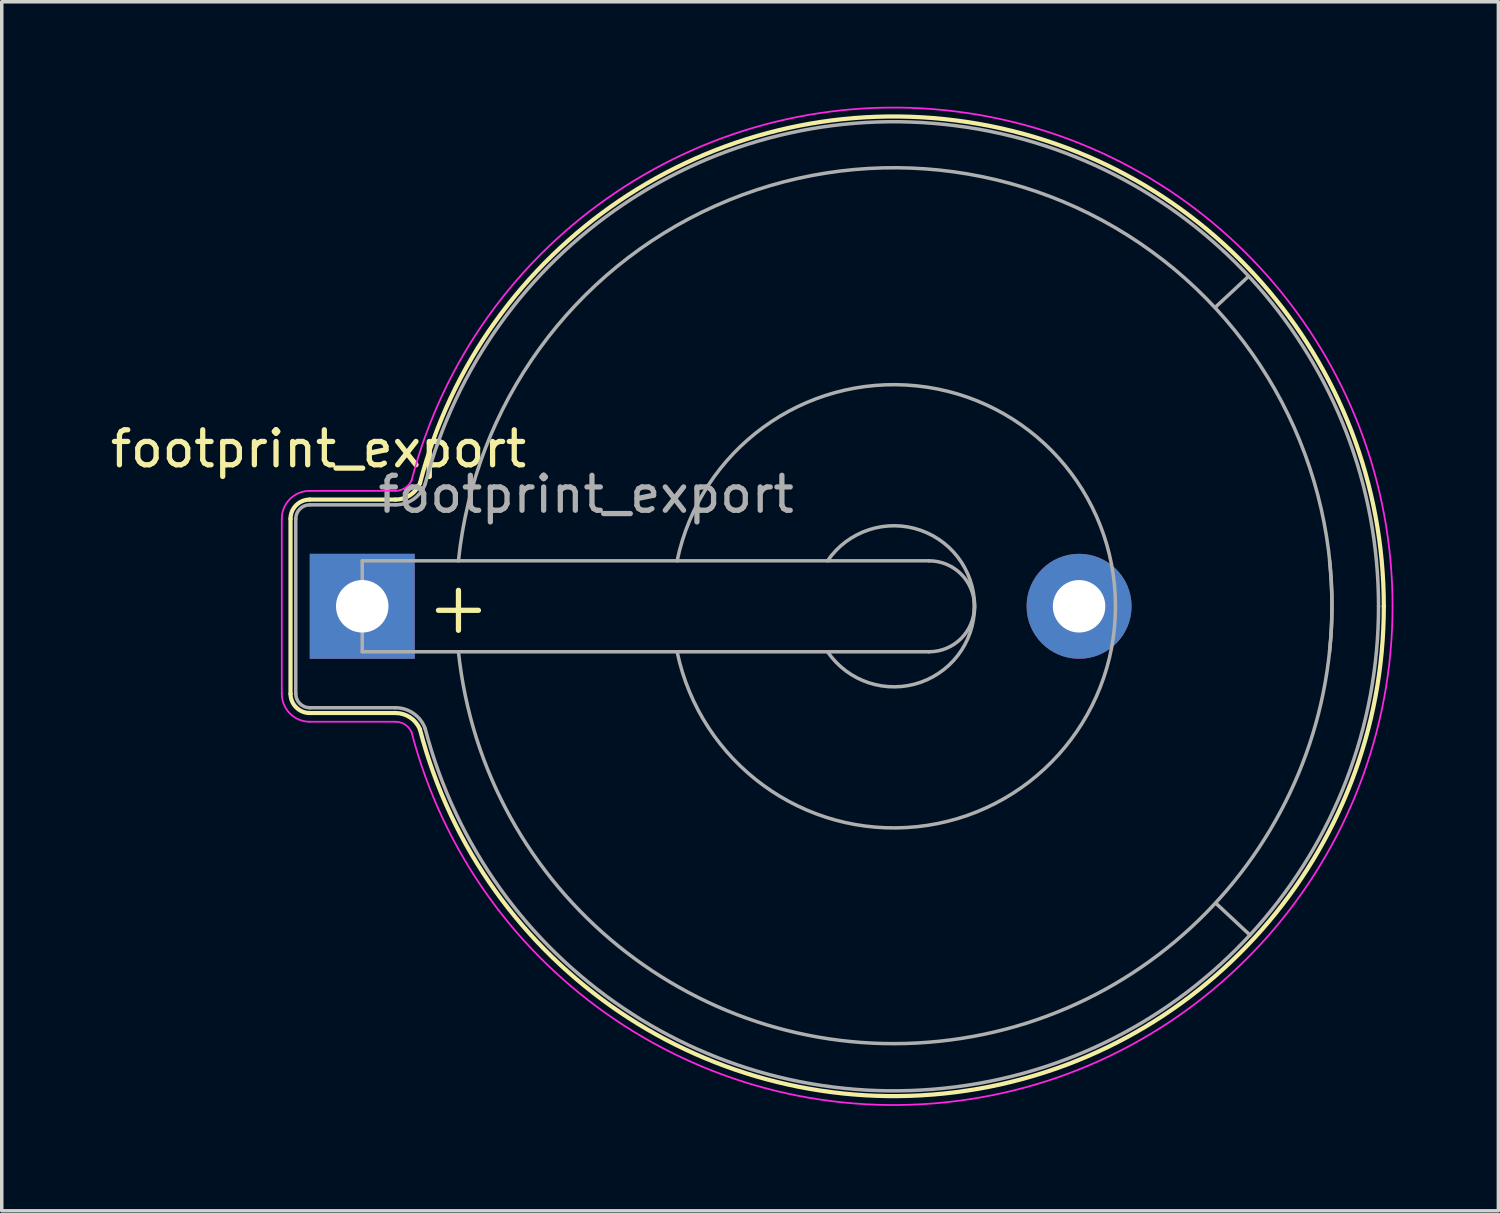
<source format=kicad_pcb>
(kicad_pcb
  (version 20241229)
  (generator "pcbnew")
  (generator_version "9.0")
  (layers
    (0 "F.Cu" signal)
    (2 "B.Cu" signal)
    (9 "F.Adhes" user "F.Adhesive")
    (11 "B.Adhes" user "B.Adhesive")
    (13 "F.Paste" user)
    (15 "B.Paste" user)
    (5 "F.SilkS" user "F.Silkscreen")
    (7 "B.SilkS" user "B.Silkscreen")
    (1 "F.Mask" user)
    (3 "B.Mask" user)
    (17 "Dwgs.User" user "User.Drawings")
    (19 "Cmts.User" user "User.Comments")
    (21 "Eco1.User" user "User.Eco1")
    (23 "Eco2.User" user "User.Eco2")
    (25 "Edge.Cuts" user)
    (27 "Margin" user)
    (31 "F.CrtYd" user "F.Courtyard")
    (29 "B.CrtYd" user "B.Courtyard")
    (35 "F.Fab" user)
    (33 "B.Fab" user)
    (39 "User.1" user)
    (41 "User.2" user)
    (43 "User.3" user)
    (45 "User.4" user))
  (footprint "footprint_export"
    (layer "F.Cu")
    (at 7.304 14.28)
    (property "Reference" "footprint_export" (at -1.25 -4.5 0) (layer "F.SilkS") (effects (font (size 1 1) (thickness 0.15))))
    (attr through_hole)
    (fp_line (start -2.05 -2.5) (end -2.05 2.5) (stroke (width 0.12) (type solid)) (layer "F.SilkS"))
    (fp_line (start -1.5 3.05) (end 0.95 3.05) (stroke (width 0.12) (type solid)) (layer "F.SilkS"))
    (fp_line (start 0.95 -3.05) (end -1.5 -3.05) (stroke (width 0.12) (type solid)) (layer "F.SilkS"))
    (fp_arc (start -2.05 -2.5) (mid -1.888909 -2.888909) (end -1.5 -3.05) (stroke (width 0.12) (type solid)) (layer "F.SilkS"))
    (fp_arc (start -1.5 3.05) (mid -1.888909 2.888909) (end -2.05 2.5) (stroke (width 0.12) (type solid)) (layer "F.SilkS"))
    (fp_arc (start 0.95 3.05) (mid 1.371574 3.1784) (end 1.65 3.52) (stroke (width 0.12) (type solid)) (layer "F.SilkS"))
    (fp_arc (start 1.65 -3.52) (mid 1.371575 -3.1784) (end 0.95 -3.05) (stroke (width 0.12) (type solid)) (layer "F.SilkS"))
    (fp_arc (start 1.65 -3.52) (mid 16.974433 -13.886953) (end 29.2 0) (stroke (width 0.12) (type solid)) (layer "F.SilkS"))
    (fp_arc (start 29.2 0) (mid 16.974433 13.886952) (end 1.65 3.52) (stroke (width 0.12) (type solid)) (layer "F.SilkS"))
    (fp_line (start -2.3 -2.5) (end -2.3 2.5) (stroke (width 0.05) (type solid)) (layer "F.CrtYd"))
    (fp_line (start -1.5 3.3) (end 0.95 3.3) (stroke (width 0.05) (type solid)) (layer "F.CrtYd"))
    (fp_line (start 0.95 -3.3) (end -1.5 -3.3) (stroke (width 0.05) (type solid)) (layer "F.CrtYd"))
    (fp_arc (start -2.3 -2.5) (mid -2.065685 -3.065685) (end -1.5 -3.3) (stroke (width 0.05) (type solid)) (layer "F.CrtYd"))
    (fp_arc (start -1.5 3.3) (mid -2.065685 3.065685) (end -2.3 2.5) (stroke (width 0.05) (type solid)) (layer "F.CrtYd"))
    (fp_arc (start 0.95 3.3) (mid 1.22459 3.381628) (end 1.41 3.6) (stroke (width 0.05) (type solid)) (layer "F.CrtYd"))
    (fp_arc (start 1.41 -3.6) (mid 1.224591 -3.381627) (end 0.95 -3.3) (stroke (width 0.05) (type solid)) (layer "F.CrtYd"))
    (fp_arc (start 1.41 -3.6) (mid 17.014123 -14.138563) (end 29.45 0) (stroke (width 0.05) (type solid)) (layer "F.CrtYd"))
    (fp_arc (start 29.45 0) (mid 17.014124 14.138563) (end 1.41 3.6) (stroke (width 0.05) (type solid)) (layer "F.CrtYd"))
    (fp_line (start -1.9 -2.5) (end -1.9 2.5) (stroke (width 0.1) (type solid)) (layer "F.Fab"))
    (fp_line (start -1.5 2.9) (end 0.95 2.9) (stroke (width 0.1) (type solid)) (layer "F.Fab"))
    (fp_line (start 0 -1.3) (end 0 1.3) (stroke (width 0.1) (type solid)) (layer "F.Fab"))
    (fp_line (start 0 1.3) (end 16.2 1.3) (stroke (width 0.1) (type solid)) (layer "F.Fab"))
    (fp_line (start 0.95 -2.9) (end -1.5 -2.9) (stroke (width 0.1) (type solid)) (layer "F.Fab"))
    (fp_line (start 16.2 -1.3) (end 0 -1.3) (stroke (width 0.1) (type solid)) (layer "F.Fab"))
    (fp_line (start 24.384 -8.547) (end 25.299 -9.399) (stroke (width 0.1) (type solid)) (layer "F.Fab"))
    (fp_line (start 24.409 8.496) (end 25.375 9.398) (stroke (width 0.1) (type solid)) (layer "F.Fab"))
    (fp_arc (start -1.9 -2.5) (mid -1.782843 -2.782843) (end -1.5 -2.9) (stroke (width 0.1) (type solid)) (layer "F.Fab"))
    (fp_arc (start -1.5 2.9) (mid -1.782843 2.782843) (end -1.9 2.5) (stroke (width 0.1) (type solid)) (layer "F.Fab"))
    (fp_arc (start 0.95 2.9) (mid 1.470216 3.06511) (end 1.8 3.5) (stroke (width 0.1) (type solid)) (layer "F.Fab"))
    (fp_arc (start 1.8 -3.5) (mid 1.470217 -3.06511) (end 0.95 -2.9) (stroke (width 0.1) (type solid)) (layer "F.Fab"))
    (fp_arc (start 1.8 -3.5) (mid 16.964356 -13.736686) (end 29.049508 0) (stroke (width 0.1) (type solid)) (layer "F.Fab"))
    (fp_arc (start 2.75 -1.3) (mid 16.5 -12.45) (end 27.65 1.3) (stroke (width 0.1) (type solid)) (layer "F.Fab"))
    (fp_arc (start 9 -1.3) (mid 15.851289 -6.300938) (end 21.53 0) (stroke (width 0.1) (type solid)) (layer "F.Fab"))
    (fp_arc (start 13.3 -1.3) (mid 15.963947 -2.171724) (end 17.495448 0.175833) (stroke (width 0.1) (type solid)) (layer "F.Fab"))
    (fp_arc (start 16.2 -1.3) (mid 17.5 0) (end 16.2 1.3) (stroke (width 0.1) (type solid)) (layer "F.Fab"))
    (fp_arc (start 17.495448 -0.175833) (mid 15.963947 2.171724) (end 13.3 1.3) (stroke (width 0.1) (type solid)) (layer "F.Fab"))
    (fp_arc (start 21.53 0) (mid 15.851292 6.300937) (end 9 1.3) (stroke (width 0.1) (type solid)) (layer "F.Fab"))
    (fp_arc (start 27.65 -1.3) (mid 16.5 12.45) (end 2.75 1.3) (stroke (width 0.1) (type solid)) (layer "F.Fab"))
    (fp_arc (start 29.049508 0) (mid 16.964356 13.736685) (end 1.8 3.5) (stroke (width 0.1) (type solid)) (layer "F.Fab"))
    (fp_text user "+" (at 2.75 0 0) (layer "F.SilkS") (effects (font (size 1.5 1.5) (thickness 0.15))))
    (fp_text user "${REFERENCE}" (at 6.4 -3.2 0) (layer "F.Fab") (effects (font (size 1 1) (thickness 0.15))))
    (pad "1" thru_hole rect (at 0 0) (size 3 3) (drill 1.5) (layers "*.Cu" "*.Mask"))
    (pad "2" thru_hole circle (at 20.49 0) (size 3 3) (drill 1.5) (layers "*.Cu" "*.Mask")))
  (gr_rect
    (start -3 -3)
    (end 39.779 31.559)
    (stroke (width 0.1) (type default))
    (fill no)
    (layer "Edge.Cuts")))
</source>
